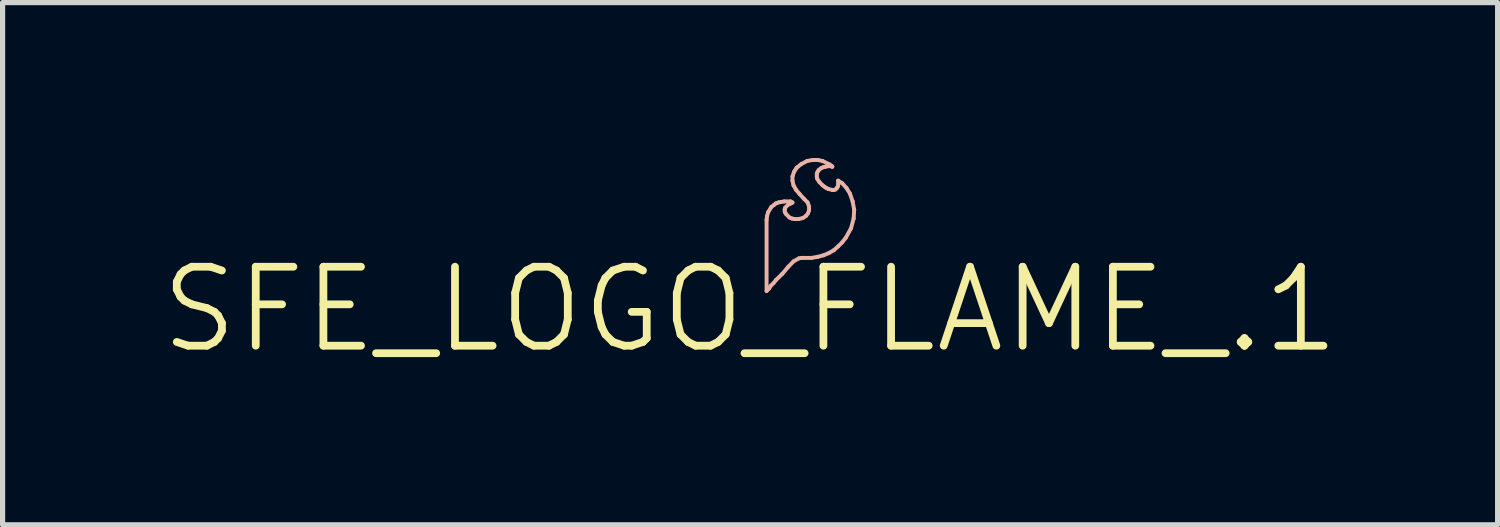
<source format=kicad_pcb>
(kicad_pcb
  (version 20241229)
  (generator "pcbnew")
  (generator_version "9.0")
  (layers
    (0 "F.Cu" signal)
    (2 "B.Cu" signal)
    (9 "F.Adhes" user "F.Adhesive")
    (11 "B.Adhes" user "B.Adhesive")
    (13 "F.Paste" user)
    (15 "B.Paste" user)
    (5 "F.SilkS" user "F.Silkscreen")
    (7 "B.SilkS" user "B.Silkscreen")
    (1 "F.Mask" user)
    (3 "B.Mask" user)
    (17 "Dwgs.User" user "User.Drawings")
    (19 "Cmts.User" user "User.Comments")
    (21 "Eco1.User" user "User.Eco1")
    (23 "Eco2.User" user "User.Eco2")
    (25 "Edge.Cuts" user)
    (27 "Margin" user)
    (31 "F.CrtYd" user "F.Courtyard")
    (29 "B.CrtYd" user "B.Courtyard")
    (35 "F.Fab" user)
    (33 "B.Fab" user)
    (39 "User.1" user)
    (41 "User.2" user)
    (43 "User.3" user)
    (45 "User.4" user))
  (footprint "SFE_LOGO_FLAME_.1"
    (layer "F.Cu")
    (at 11.43 2.926)
    (property "Reference" "SFE_LOGO_FLAME_.1" (at 0 0 0) (layer "F.SilkS") (effects (font (size 1.524 1.524) (thickness 0.15))))
    (attr exclude_from_pos_files exclude_from_bom)
    (fp_line (start 0.318 -1.73) (end 0.318 -0.358) (stroke (width 0.076) (type solid)) (layer "B.SilkS"))
    (fp_line (start 0.318 -0.358) (end 0.368 -0.409) (stroke (width 0.076) (type solid)) (layer "B.SilkS"))
    (fp_line (start 0.328 -1.808) (end 0.318 -1.73) (stroke (width 0.076) (type solid)) (layer "B.SilkS"))
    (fp_line (start 0.348 -1.88) (end 0.328 -1.808) (stroke (width 0.076) (type solid)) (layer "B.SilkS"))
    (fp_line (start 0.368 -0.409) (end 0.399 -0.46) (stroke (width 0.076) (type solid)) (layer "B.SilkS"))
    (fp_line (start 0.399 -0.46) (end 0.45 -0.508) (stroke (width 0.076) (type solid)) (layer "B.SilkS"))
    (fp_line (start 0.409 -1.979) (end 0.348 -1.88) (stroke (width 0.076) (type solid)) (layer "B.SilkS"))
    (fp_line (start 0.45 -0.508) (end 0.498 -0.569) (stroke (width 0.076) (type solid)) (layer "B.SilkS"))
    (fp_line (start 0.46 -2.019) (end 0.409 -1.979) (stroke (width 0.076) (type solid)) (layer "B.SilkS"))
    (fp_line (start 0.498 -2.05) (end 0.46 -2.019) (stroke (width 0.076) (type solid)) (layer "B.SilkS"))
    (fp_line (start 0.498 -0.569) (end 0.62 -0.688) (stroke (width 0.076) (type solid)) (layer "B.SilkS"))
    (fp_line (start 0.549 -2.068) (end 0.498 -2.05) (stroke (width 0.076) (type solid)) (layer "B.SilkS"))
    (fp_line (start 0.599 -2.078) (end 0.549 -2.068) (stroke (width 0.076) (type solid)) (layer "B.SilkS"))
    (fp_line (start 0.62 -0.688) (end 0.739 -0.828) (stroke (width 0.076) (type solid)) (layer "B.SilkS"))
    (fp_line (start 0.658 -2.088) (end 0.599 -2.078) (stroke (width 0.076) (type solid)) (layer "B.SilkS"))
    (fp_line (start 0.668 -1.938) (end 0.678 -1.968) (stroke (width 0.076) (type solid)) (layer "B.SilkS"))
    (fp_line (start 0.668 -1.9) (end 0.668 -1.938) (stroke (width 0.076) (type solid)) (layer "B.SilkS"))
    (fp_line (start 0.678 -1.968) (end 0.739 -2.029) (stroke (width 0.076) (type solid)) (layer "B.SilkS"))
    (fp_line (start 0.678 -1.869) (end 0.668 -1.9) (stroke (width 0.076) (type solid)) (layer "B.SilkS"))
    (fp_line (start 0.699 -1.839) (end 0.678 -1.869) (stroke (width 0.076) (type solid)) (layer "B.SilkS"))
    (fp_line (start 0.739 -2.029) (end 0.77 -2.04) (stroke (width 0.076) (type solid)) (layer "B.SilkS"))
    (fp_line (start 0.739 -0.828) (end 0.838 -0.93) (stroke (width 0.076) (type solid)) (layer "B.SilkS"))
    (fp_line (start 0.759 -1.778) (end 0.699 -1.839) (stroke (width 0.076) (type solid)) (layer "B.SilkS"))
    (fp_line (start 0.77 -2.04) (end 0.808 -2.06) (stroke (width 0.076) (type solid)) (layer "B.SilkS"))
    (fp_line (start 0.78 -2.088) (end 0.658 -2.088) (stroke (width 0.076) (type solid)) (layer "B.SilkS"))
    (fp_line (start 0.808 -2.06) (end 0.818 -2.068) (stroke (width 0.076) (type solid)) (layer "B.SilkS"))
    (fp_line (start 0.808 -1.758) (end 0.759 -1.778) (stroke (width 0.076) (type solid)) (layer "B.SilkS"))
    (fp_line (start 0.818 -2.568) (end 0.818 -2.489) (stroke (width 0.076) (type solid)) (layer "B.SilkS"))
    (fp_line (start 0.818 -2.489) (end 0.838 -2.398) (stroke (width 0.076) (type solid)) (layer "B.SilkS"))
    (fp_line (start 0.818 -2.068) (end 0.78 -2.088) (stroke (width 0.076) (type solid)) (layer "B.SilkS"))
    (fp_line (start 0.838 -2.398) (end 0.889 -2.309) (stroke (width 0.076) (type solid)) (layer "B.SilkS"))
    (fp_line (start 0.838 -0.93) (end 0.94 -0.988) (stroke (width 0.076) (type solid)) (layer "B.SilkS"))
    (fp_line (start 0.848 -2.659) (end 0.818 -2.568) (stroke (width 0.076) (type solid)) (layer "B.SilkS"))
    (fp_line (start 0.859 -1.748) (end 0.808 -1.758) (stroke (width 0.076) (type solid)) (layer "B.SilkS"))
    (fp_line (start 0.889 -2.309) (end 0.958 -2.228) (stroke (width 0.076) (type solid)) (layer "B.SilkS"))
    (fp_line (start 0.899 -2.738) (end 0.848 -2.659) (stroke (width 0.076) (type solid)) (layer "B.SilkS"))
    (fp_line (start 0.94 -1.748) (end 0.859 -1.748) (stroke (width 0.076) (type solid)) (layer "B.SilkS"))
    (fp_line (start 0.94 -0.988) (end 0.998 -0.998) (stroke (width 0.076) (type solid)) (layer "B.SilkS"))
    (fp_line (start 0.958 -2.228) (end 1.039 -2.139) (stroke (width 0.076) (type solid)) (layer "B.SilkS"))
    (fp_line (start 0.988 -2.809) (end 0.899 -2.738) (stroke (width 0.076) (type solid)) (layer "B.SilkS"))
    (fp_line (start 0.998 -0.998) (end 1.189 -0.998) (stroke (width 0.076) (type solid)) (layer "B.SilkS"))
    (fp_line (start 1.019 -1.768) (end 0.94 -1.748) (stroke (width 0.076) (type solid)) (layer "B.SilkS"))
    (fp_line (start 1.039 -2.139) (end 1.11 -2.068) (stroke (width 0.076) (type solid)) (layer "B.SilkS"))
    (fp_line (start 1.079 -1.808) (end 1.019 -1.768) (stroke (width 0.076) (type solid)) (layer "B.SilkS"))
    (fp_line (start 1.1 -2.868) (end 0.988 -2.809) (stroke (width 0.076) (type solid)) (layer "B.SilkS"))
    (fp_line (start 1.11 -2.068) (end 1.138 -1.989) (stroke (width 0.076) (type solid)) (layer "B.SilkS"))
    (fp_line (start 1.118 -1.859) (end 1.079 -1.808) (stroke (width 0.076) (type solid)) (layer "B.SilkS"))
    (fp_line (start 1.138 -1.989) (end 1.138 -1.918) (stroke (width 0.076) (type solid)) (layer "B.SilkS"))
    (fp_line (start 1.138 -1.918) (end 1.118 -1.859) (stroke (width 0.076) (type solid)) (layer "B.SilkS"))
    (fp_line (start 1.189 -0.998) (end 1.308 -1.019) (stroke (width 0.076) (type solid)) (layer "B.SilkS"))
    (fp_line (start 1.209 -2.888) (end 1.1 -2.868) (stroke (width 0.076) (type solid)) (layer "B.SilkS"))
    (fp_line (start 1.288 -2.619) (end 1.298 -2.649) (stroke (width 0.076) (type solid)) (layer "B.SilkS"))
    (fp_line (start 1.288 -2.558) (end 1.288 -2.619) (stroke (width 0.076) (type solid)) (layer "B.SilkS"))
    (fp_line (start 1.298 -2.649) (end 1.308 -2.67) (stroke (width 0.076) (type solid)) (layer "B.SilkS"))
    (fp_line (start 1.298 -2.52) (end 1.288 -2.558) (stroke (width 0.076) (type solid)) (layer "B.SilkS"))
    (fp_line (start 1.308 -2.888) (end 1.209 -2.888) (stroke (width 0.076) (type solid)) (layer "B.SilkS"))
    (fp_line (start 1.308 -2.67) (end 1.328 -2.697) (stroke (width 0.076) (type solid)) (layer "B.SilkS"))
    (fp_line (start 1.308 -1.019) (end 1.42 -1.049) (stroke (width 0.076) (type solid)) (layer "B.SilkS"))
    (fp_line (start 1.328 -2.697) (end 1.369 -2.728) (stroke (width 0.076) (type solid)) (layer "B.SilkS"))
    (fp_line (start 1.339 -2.459) (end 1.298 -2.52) (stroke (width 0.076) (type solid)) (layer "B.SilkS"))
    (fp_line (start 1.369 -2.728) (end 1.41 -2.748) (stroke (width 0.076) (type solid)) (layer "B.SilkS"))
    (fp_line (start 1.4 -2.868) (end 1.308 -2.888) (stroke (width 0.076) (type solid)) (layer "B.SilkS"))
    (fp_line (start 1.4 -2.398) (end 1.339 -2.459) (stroke (width 0.076) (type solid)) (layer "B.SilkS"))
    (fp_line (start 1.41 -2.748) (end 1.458 -2.758) (stroke (width 0.076) (type solid)) (layer "B.SilkS"))
    (fp_line (start 1.42 -1.049) (end 1.519 -1.09) (stroke (width 0.076) (type solid)) (layer "B.SilkS"))
    (fp_line (start 1.438 -2.37) (end 1.4 -2.398) (stroke (width 0.076) (type solid)) (layer "B.SilkS"))
    (fp_line (start 1.458 -2.758) (end 1.499 -2.769) (stroke (width 0.076) (type solid)) (layer "B.SilkS"))
    (fp_line (start 1.468 -2.349) (end 1.438 -2.37) (stroke (width 0.076) (type solid)) (layer "B.SilkS"))
    (fp_line (start 1.499 -2.769) (end 1.56 -2.769) (stroke (width 0.076) (type solid)) (layer "B.SilkS"))
    (fp_line (start 1.509 -2.329) (end 1.468 -2.349) (stroke (width 0.076) (type solid)) (layer "B.SilkS"))
    (fp_line (start 1.519 -1.09) (end 1.618 -1.148) (stroke (width 0.076) (type solid)) (layer "B.SilkS"))
    (fp_line (start 1.539 -2.799) (end 1.4 -2.868) (stroke (width 0.076) (type solid)) (layer "B.SilkS"))
    (fp_line (start 1.56 -2.769) (end 1.58 -2.758) (stroke (width 0.076) (type solid)) (layer "B.SilkS"))
    (fp_line (start 1.58 -2.769) (end 1.539 -2.799) (stroke (width 0.076) (type solid)) (layer "B.SilkS"))
    (fp_line (start 1.58 -2.758) (end 1.587 -2.758) (stroke (width 0.076) (type solid)) (layer "B.SilkS"))
    (fp_line (start 1.587 -2.758) (end 1.58 -2.769) (stroke (width 0.076) (type solid)) (layer "B.SilkS"))
    (fp_line (start 1.587 -2.309) (end 1.509 -2.329) (stroke (width 0.076) (type solid)) (layer "B.SilkS"))
    (fp_line (start 1.618 -2.309) (end 1.587 -2.309) (stroke (width 0.076) (type solid)) (layer "B.SilkS"))
    (fp_line (start 1.618 -1.148) (end 1.699 -1.219) (stroke (width 0.076) (type solid)) (layer "B.SilkS"))
    (fp_line (start 1.648 -2.319) (end 1.618 -2.309) (stroke (width 0.076) (type solid)) (layer "B.SilkS"))
    (fp_line (start 1.679 -2.349) (end 1.648 -2.319) (stroke (width 0.076) (type solid)) (layer "B.SilkS"))
    (fp_line (start 1.689 -2.37) (end 1.679 -2.349) (stroke (width 0.076) (type solid)) (layer "B.SilkS"))
    (fp_line (start 1.699 -2.489) (end 1.699 -2.398) (stroke (width 0.076) (type solid)) (layer "B.SilkS"))
    (fp_line (start 1.699 -2.398) (end 1.689 -2.37) (stroke (width 0.076) (type solid)) (layer "B.SilkS"))
    (fp_line (start 1.699 -1.219) (end 1.778 -1.298) (stroke (width 0.076) (type solid)) (layer "B.SilkS"))
    (fp_line (start 1.778 -2.438) (end 1.699 -2.489) (stroke (width 0.076) (type solid)) (layer "B.SilkS"))
    (fp_line (start 1.778 -1.298) (end 1.849 -1.389) (stroke (width 0.076) (type solid)) (layer "B.SilkS"))
    (fp_line (start 1.849 -1.389) (end 1.948 -1.57) (stroke (width 0.076) (type solid)) (layer "B.SilkS"))
    (fp_line (start 1.859 -2.349) (end 1.778 -2.438) (stroke (width 0.076) (type solid)) (layer "B.SilkS"))
    (fp_line (start 1.928 -2.238) (end 1.859 -2.349) (stroke (width 0.076) (type solid)) (layer "B.SilkS"))
    (fp_line (start 1.948 -1.57) (end 1.999 -1.758) (stroke (width 0.076) (type solid)) (layer "B.SilkS"))
    (fp_line (start 1.979 -2.088) (end 1.928 -2.238) (stroke (width 0.076) (type solid)) (layer "B.SilkS"))
    (fp_line (start 1.999 -1.758) (end 2.009 -1.928) (stroke (width 0.076) (type solid)) (layer "B.SilkS"))
    (fp_line (start 2.009 -1.928) (end 1.979 -2.088) (stroke (width 0.076) (type solid)) (layer "B.SilkS")))
  (gr_rect
    (start -3 -3)
    (end 25.86 7.081)
    (stroke (width 0.1) (type default))
    (fill no)
    (layer "Edge.Cuts")))
</source>
